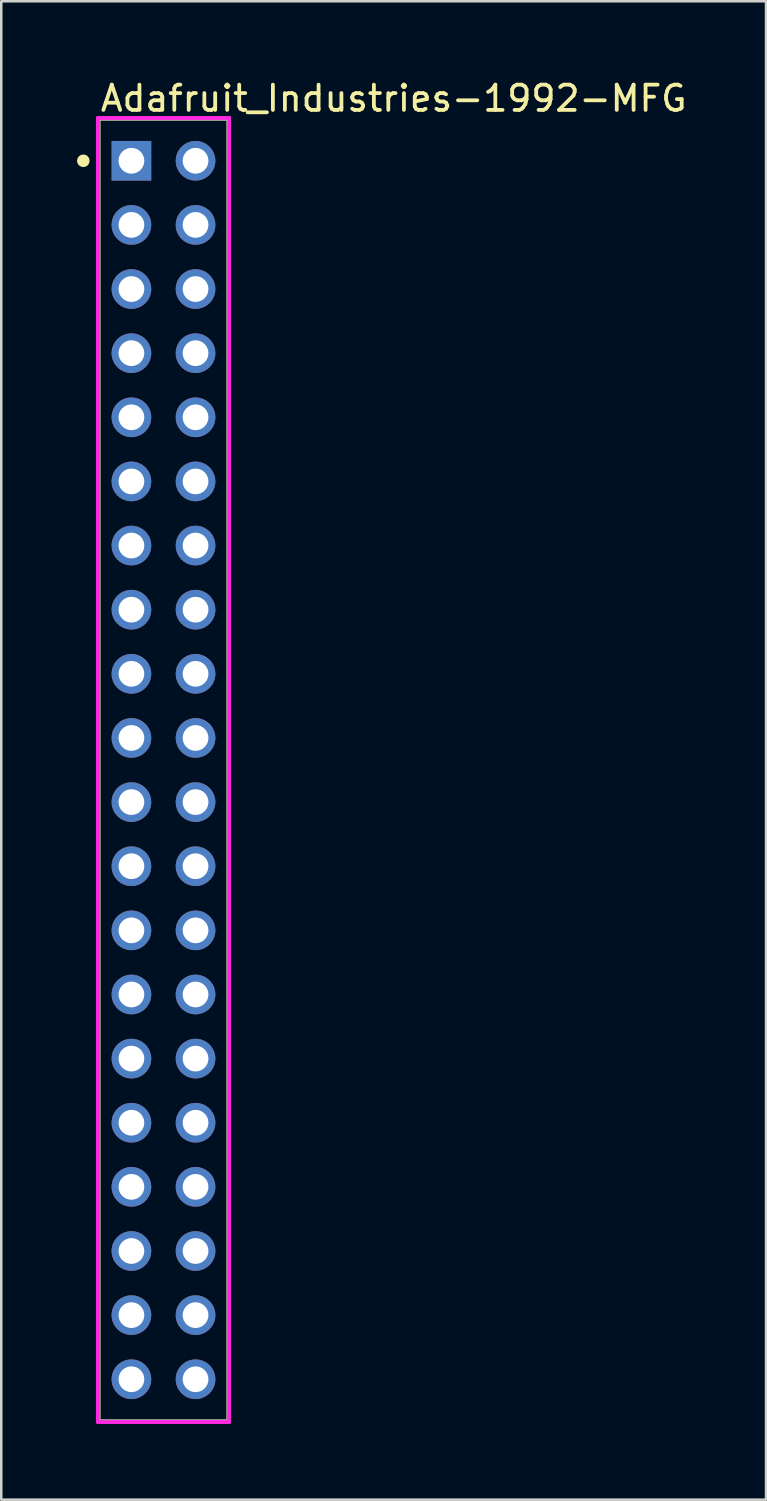
<source format=kicad_pcb>
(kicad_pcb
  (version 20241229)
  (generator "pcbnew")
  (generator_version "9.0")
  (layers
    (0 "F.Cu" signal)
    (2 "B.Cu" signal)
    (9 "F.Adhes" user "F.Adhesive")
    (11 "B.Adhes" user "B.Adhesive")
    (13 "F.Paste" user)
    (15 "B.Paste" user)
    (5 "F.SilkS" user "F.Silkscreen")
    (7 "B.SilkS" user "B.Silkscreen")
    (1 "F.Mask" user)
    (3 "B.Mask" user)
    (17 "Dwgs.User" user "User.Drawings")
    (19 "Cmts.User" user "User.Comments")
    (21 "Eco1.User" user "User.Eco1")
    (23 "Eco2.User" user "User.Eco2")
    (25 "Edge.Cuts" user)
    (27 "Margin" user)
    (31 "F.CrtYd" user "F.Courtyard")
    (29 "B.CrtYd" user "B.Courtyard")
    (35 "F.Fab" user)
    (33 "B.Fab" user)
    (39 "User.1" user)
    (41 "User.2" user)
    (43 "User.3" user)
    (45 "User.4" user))
  (footprint "Adafruit_Industries-1992-MFG"
    (layer "F.Cu")
    (at 3.425 27.448)
    (property "Reference" "Adafruit_Industries-1992-MFG" (at -2.575 -26.6 0) (layer "F.SilkS") (effects (font (size 1 1) (thickness 0.15)) (justify left)))
    (attr through_hole)
    (fp_line (start -2.575 -25.8) (end 2.575 -25.8) (stroke (width 0.15) (type solid)) (layer "F.SilkS"))
    (fp_line (start -2.575 25.8) (end -2.575 -25.8) (stroke (width 0.15) (type solid)) (layer "F.SilkS"))
    (fp_line (start -2.575 25.8) (end 2.575 25.8) (stroke (width 0.15) (type solid)) (layer "F.SilkS"))
    (fp_line (start 2.575 25.8) (end 2.575 -25.8) (stroke (width 0.15) (type solid)) (layer "F.SilkS"))
    (fp_circle (center -3.175 -24.13) (end -3.05 -24.13) (stroke (width 0.25) (type solid)) (fill no) (layer "F.SilkS"))
    (fp_line (start -2.6 -25.825) (end -2.6 25.825) (stroke (width 0.15) (type solid)) (layer "F.CrtYd"))
    (fp_line (start -2.6 25.825) (end 2.6 25.825) (stroke (width 0.15) (type solid)) (layer "F.CrtYd"))
    (fp_line (start 2.6 -25.825) (end -2.6 -25.825) (stroke (width 0.15) (type solid)) (layer "F.CrtYd"))
    (fp_line (start 2.6 -25.825) (end 2.6 -25.825) (stroke (width 0.15) (type solid)) (layer "F.CrtYd"))
    (fp_line (start 2.6 25.825) (end 2.6 -25.825) (stroke (width 0.15) (type solid)) (layer "F.CrtYd"))
    (fp_line (start -2.575 -25.8) (end 2.575 -25.8) (stroke (width 0.15) (type solid)) (layer "F.Fab"))
    (fp_line (start -2.575 25.8) (end -2.575 -25.8) (stroke (width 0.15) (type solid)) (layer "F.Fab"))
    (fp_line (start 2.575 -25.8) (end 2.575 25.8) (stroke (width 0.15) (type solid)) (layer "F.Fab"))
    (fp_line (start 2.575 25.8) (end -2.575 25.8) (stroke (width 0.15) (type solid)) (layer "F.Fab"))
    (pad "1" thru_hole rect (at -1.27 -24.13) (size 1.57 1.57) (drill 1.02) (layers "*.Cu"))
    (pad "2" thru_hole circle (at 1.27 -24.13) (size 1.57 1.57) (drill 1.02) (layers "*.Cu"))
    (pad "3" thru_hole circle (at -1.27 -21.59) (size 1.57 1.57) (drill 1.02) (layers "*.Cu"))
    (pad "4" thru_hole circle (at 1.27 -21.59) (size 1.57 1.57) (drill 1.02) (layers "*.Cu"))
    (pad "5" thru_hole circle (at -1.27 -19.05) (size 1.57 1.57) (drill 1.02) (layers "*.Cu"))
    (pad "6" thru_hole circle (at 1.27 -19.05) (size 1.57 1.57) (drill 1.02) (layers "*.Cu"))
    (pad "7" thru_hole circle (at -1.27 -16.51) (size 1.57 1.57) (drill 1.02) (layers "*.Cu"))
    (pad "8" thru_hole circle (at 1.27 -16.51) (size 1.57 1.57) (drill 1.02) (layers "*.Cu"))
    (pad "9" thru_hole circle (at -1.27 -13.97) (size 1.57 1.57) (drill 1.02) (layers "*.Cu"))
    (pad "10" thru_hole circle (at 1.27 -13.97) (size 1.57 1.57) (drill 1.02) (layers "*.Cu"))
    (pad "11" thru_hole circle (at -1.27 -11.43) (size 1.57 1.57) (drill 1.02) (layers "*.Cu"))
    (pad "12" thru_hole circle (at 1.27 -11.43) (size 1.57 1.57) (drill 1.02) (layers "*.Cu"))
    (pad "13" thru_hole circle (at -1.27 -8.89) (size 1.57 1.57) (drill 1.02) (layers "*.Cu"))
    (pad "14" thru_hole circle (at 1.27 -8.89) (size 1.57 1.57) (drill 1.02) (layers "*.Cu"))
    (pad "15" thru_hole circle (at -1.27 -6.35) (size 1.57 1.57) (drill 1.02) (layers "*.Cu"))
    (pad "16" thru_hole circle (at 1.27 -6.35) (size 1.57 1.57) (drill 1.02) (layers "*.Cu"))
    (pad "17" thru_hole circle (at -1.27 -3.81) (size 1.57 1.57) (drill 1.02) (layers "*.Cu"))
    (pad "18" thru_hole circle (at 1.27 -3.81) (size 1.57 1.57) (drill 1.02) (layers "*.Cu"))
    (pad "19" thru_hole circle (at -1.27 -1.27) (size 1.57 1.57) (drill 1.02) (layers "*.Cu"))
    (pad "20" thru_hole circle (at 1.27 -1.27) (size 1.57 1.57) (drill 1.02) (layers "*.Cu"))
    (pad "21" thru_hole circle (at -1.27 1.27) (size 1.57 1.57) (drill 1.02) (layers "*.Cu"))
    (pad "22" thru_hole circle (at 1.27 1.27) (size 1.57 1.57) (drill 1.02) (layers "*.Cu"))
    (pad "23" thru_hole circle (at -1.27 3.81) (size 1.57 1.57) (drill 1.02) (layers "*.Cu"))
    (pad "24" thru_hole circle (at 1.27 3.81) (size 1.57 1.57) (drill 1.02) (layers "*.Cu"))
    (pad "25" thru_hole circle (at -1.27 6.35) (size 1.57 1.57) (drill 1.02) (layers "*.Cu"))
    (pad "26" thru_hole circle (at 1.27 6.35) (size 1.57 1.57) (drill 1.02) (layers "*.Cu"))
    (pad "27" thru_hole circle (at -1.27 8.89) (size 1.57 1.57) (drill 1.02) (layers "*.Cu"))
    (pad "28" thru_hole circle (at 1.27 8.89) (size 1.57 1.57) (drill 1.02) (layers "*.Cu"))
    (pad "29" thru_hole circle (at -1.27 11.43) (size 1.57 1.57) (drill 1.02) (layers "*.Cu"))
    (pad "30" thru_hole circle (at 1.27 11.43) (size 1.57 1.57) (drill 1.02) (layers "*.Cu"))
    (pad "31" thru_hole circle (at -1.27 13.97) (size 1.57 1.57) (drill 1.02) (layers "*.Cu"))
    (pad "32" thru_hole circle (at 1.27 13.97) (size 1.57 1.57) (drill 1.02) (layers "*.Cu"))
    (pad "33" thru_hole circle (at -1.27 16.51) (size 1.57 1.57) (drill 1.02) (layers "*.Cu"))
    (pad "34" thru_hole circle (at 1.27 16.51) (size 1.57 1.57) (drill 1.02) (layers "*.Cu"))
    (pad "35" thru_hole circle (at -1.27 19.05) (size 1.57 1.57) (drill 1.02) (layers "*.Cu"))
    (pad "36" thru_hole circle (at 1.27 19.05) (size 1.57 1.57) (drill 1.02) (layers "*.Cu"))
    (pad "37" thru_hole circle (at -1.27 21.59) (size 1.57 1.57) (drill 1.02) (layers "*.Cu"))
    (pad "38" thru_hole circle (at 1.27 21.59) (size 1.57 1.57) (drill 1.02) (layers "*.Cu"))
    (pad "39" thru_hole circle (at -1.27 24.13) (size 1.57 1.57) (drill 1.02) (layers "*.Cu"))
    (pad "40" thru_hole circle (at 1.27 24.13) (size 1.57 1.57) (drill 1.02) (layers "*.Cu")))
  (gr_rect
    (start -3 -3)
    (end 27.29 56.348)
    (stroke (width 0.1) (type default))
    (fill no)
    (layer "Edge.Cuts")))
</source>
